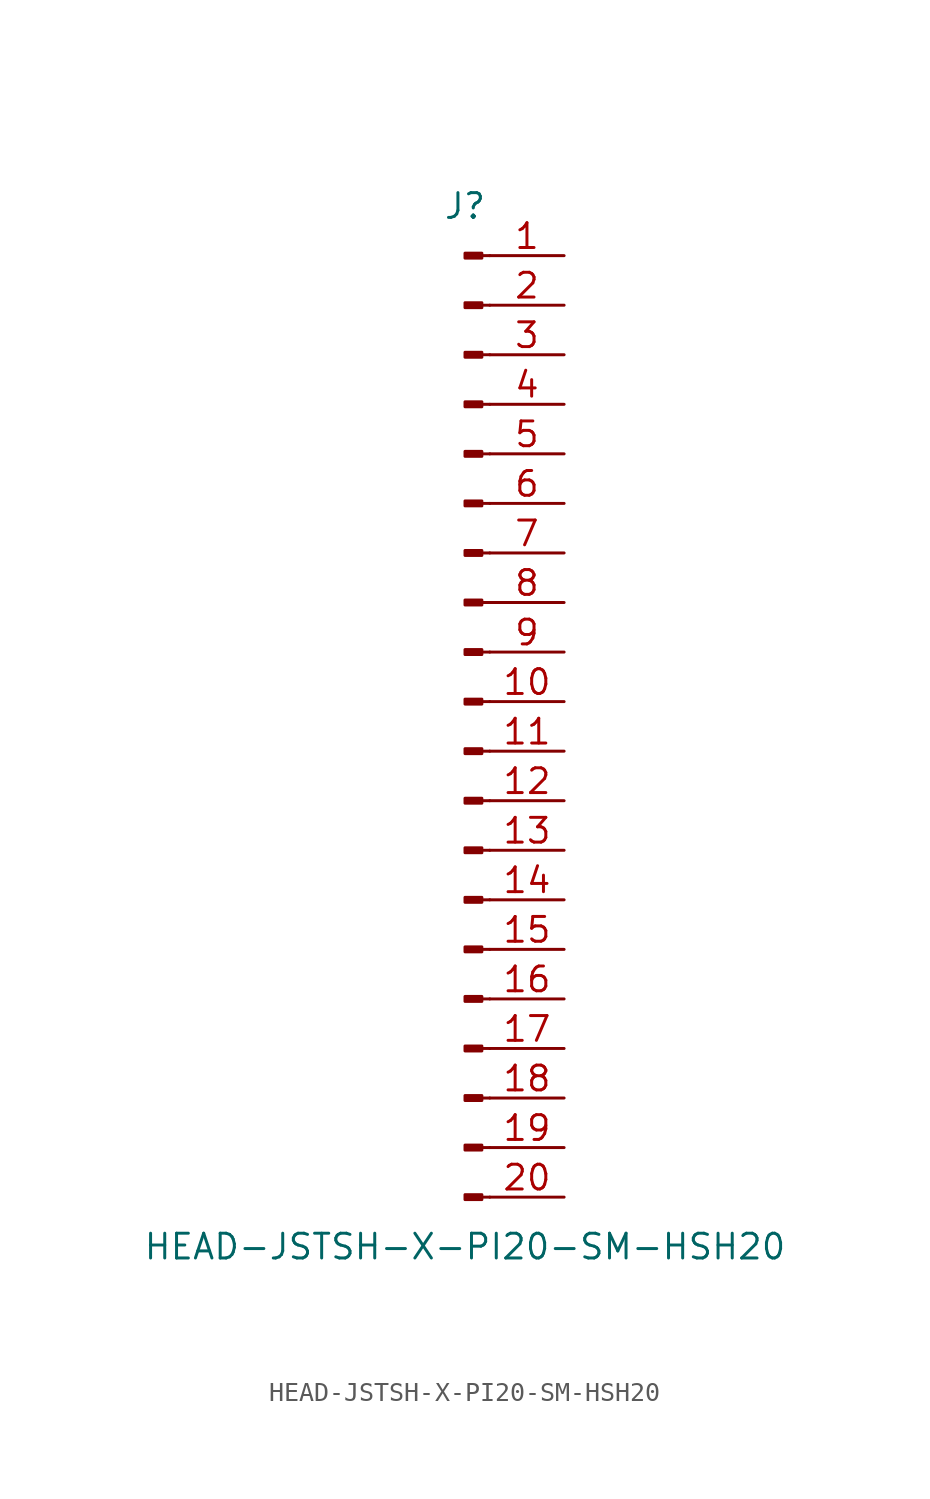
<source format=kicad_sym>
(kicad_symbol_lib
  (version 20211014)
  (generator kicad_symbol_editor)
  (symbol "HEAD-JSTSH-X-PI20-SM-HSH20"
    (pin_names
      (offset 1.016) hide)
    (property "Reference" "J"
      (at 0 25.4 0)
      (effects (font (size 1.27 1.27))))
    (property "Value" "HEAD-JSTSH-X-PI20-SM-HSH20"
      (at 0 -27.94 0)
      (effects (font (size 1.27 1.27))))
    (symbol "HEAD-JSTSH-X-PI20-SM-HSH20_1_1"
      (polyline (pts (xy 1.27 -25.4) (xy 0.864 -25.4)) (stroke (width 0.152) (type default) (color 0 0 0 0)) (fill (type none)))
      (polyline (pts (xy 1.27 -22.86) (xy 0.864 -22.86)) (stroke (width 0.152) (type default) (color 0 0 0 0)) (fill (type none)))
      (polyline (pts (xy 1.27 -20.32) (xy 0.864 -20.32)) (stroke (width 0.152) (type default) (color 0 0 0 0)) (fill (type none)))
      (polyline (pts (xy 1.27 -17.78) (xy 0.864 -17.78)) (stroke (width 0.152) (type default) (color 0 0 0 0)) (fill (type none)))
      (polyline (pts (xy 1.27 -15.24) (xy 0.864 -15.24)) (stroke (width 0.152) (type default) (color 0 0 0 0)) (fill (type none)))
      (polyline (pts (xy 1.27 -12.7) (xy 0.864 -12.7)) (stroke (width 0.152) (type default) (color 0 0 0 0)) (fill (type none)))
      (polyline (pts (xy 1.27 -10.16) (xy 0.864 -10.16)) (stroke (width 0.152) (type default) (color 0 0 0 0)) (fill (type none)))
      (polyline (pts (xy 1.27 -7.62) (xy 0.864 -7.62)) (stroke (width 0.152) (type default) (color 0 0 0 0)) (fill (type none)))
      (polyline (pts (xy 1.27 -5.08) (xy 0.864 -5.08)) (stroke (width 0.152) (type default) (color 0 0 0 0)) (fill (type none)))
      (polyline (pts (xy 1.27 -2.54) (xy 0.864 -2.54)) (stroke (width 0.152) (type default) (color 0 0 0 0)) (fill (type none)))
      (polyline (pts (xy 1.27 0) (xy 0.864 0)) (stroke (width 0.152) (type default) (color 0 0 0 0)) (fill (type none)))
      (polyline (pts (xy 1.27 2.54) (xy 0.864 2.54)) (stroke (width 0.152) (type default) (color 0 0 0 0)) (fill (type none)))
      (polyline (pts (xy 1.27 5.08) (xy 0.864 5.08)) (stroke (width 0.152) (type default) (color 0 0 0 0)) (fill (type none)))
      (polyline (pts (xy 1.27 7.62) (xy 0.864 7.62)) (stroke (width 0.152) (type default) (color 0 0 0 0)) (fill (type none)))
      (polyline (pts (xy 1.27 10.16) (xy 0.864 10.16)) (stroke (width 0.152) (type default) (color 0 0 0 0)) (fill (type none)))
      (polyline (pts (xy 1.27 12.7) (xy 0.864 12.7)) (stroke (width 0.152) (type default) (color 0 0 0 0)) (fill (type none)))
      (polyline (pts (xy 1.27 15.24) (xy 0.864 15.24)) (stroke (width 0.152) (type default) (color 0 0 0 0)) (fill (type none)))
      (polyline (pts (xy 1.27 17.78) (xy 0.864 17.78)) (stroke (width 0.152) (type default) (color 0 0 0 0)) (fill (type none)))
      (polyline (pts (xy 1.27 20.32) (xy 0.864 20.32)) (stroke (width 0.152) (type default) (color 0 0 0 0)) (fill (type none)))
      (polyline (pts (xy 1.27 22.86) (xy 0.864 22.86)) (stroke (width 0.152) (type default) (color 0 0 0 0)) (fill (type none)))
      (rectangle (start 0.864 -25.273) (end 0 -25.527) (stroke (width 0.152) (type default) (color 0 0 0 0)) (fill (type outline)))
      (rectangle (start 0.864 -22.733) (end 0 -22.987) (stroke (width 0.152) (type default) (color 0 0 0 0)) (fill (type outline)))
      (rectangle (start 0.864 -20.193) (end 0 -20.447) (stroke (width 0.152) (type default) (color 0 0 0 0)) (fill (type outline)))
      (rectangle (start 0.864 -17.653) (end 0 -17.907) (stroke (width 0.152) (type default) (color 0 0 0 0)) (fill (type outline)))
      (rectangle (start 0.864 -15.113) (end 0 -15.367) (stroke (width 0.152) (type default) (color 0 0 0 0)) (fill (type outline)))
      (rectangle (start 0.864 -12.573) (end 0 -12.827) (stroke (width 0.152) (type default) (color 0 0 0 0)) (fill (type outline)))
      (rectangle (start 0.864 -10.033) (end 0 -10.287) (stroke (width 0.152) (type default) (color 0 0 0 0)) (fill (type outline)))
      (rectangle (start 0.864 -7.493) (end 0 -7.747) (stroke (width 0.152) (type default) (color 0 0 0 0)) (fill (type outline)))
      (rectangle (start 0.864 -4.953) (end 0 -5.207) (stroke (width 0.152) (type default) (color 0 0 0 0)) (fill (type outline)))
      (rectangle (start 0.864 -2.413) (end 0 -2.667) (stroke (width 0.152) (type default) (color 0 0 0 0)) (fill (type outline)))
      (rectangle (start 0.864 0.127) (end 0 -0.127) (stroke (width 0.152) (type default) (color 0 0 0 0)) (fill (type outline)))
      (rectangle (start 0.864 2.667) (end 0 2.413) (stroke (width 0.152) (type default) (color 0 0 0 0)) (fill (type outline)))
      (rectangle (start 0.864 5.207) (end 0 4.953) (stroke (width 0.152) (type default) (color 0 0 0 0)) (fill (type outline)))
      (rectangle (start 0.864 7.747) (end 0 7.493) (stroke (width 0.152) (type default) (color 0 0 0 0)) (fill (type outline)))
      (rectangle (start 0.864 10.287) (end 0 10.033) (stroke (width 0.152) (type default) (color 0 0 0 0)) (fill (type outline)))
      (rectangle (start 0.864 12.827) (end 0 12.573) (stroke (width 0.152) (type default) (color 0 0 0 0)) (fill (type outline)))
      (rectangle (start 0.864 15.367) (end 0 15.113) (stroke (width 0.152) (type default) (color 0 0 0 0)) (fill (type outline)))
      (rectangle (start 0.864 17.907) (end 0 17.653) (stroke (width 0.152) (type default) (color 0 0 0 0)) (fill (type outline)))
      (rectangle (start 0.864 20.447) (end 0 20.193) (stroke (width 0.152) (type default) (color 0 0 0 0)) (fill (type outline)))
      (rectangle (start 0.864 22.987) (end 0 22.733) (stroke (width 0.152) (type default) (color 0 0 0 0)) (fill (type outline)))
      (pin passive line (at 5.08 22.86 180) (length 3.81) (name "Pin_1" (effects (font (size 1.27 1.27)))) (number "1" (effects (font (size 1.27 1.27)))))
      (pin passive line (at 5.08 0 180) (length 3.81) (name "Pin_10" (effects (font (size 1.27 1.27)))) (number "10" (effects (font (size 1.27 1.27)))))
      (pin passive line (at 5.08 -2.54 180) (length 3.81) (name "Pin_11" (effects (font (size 1.27 1.27)))) (number "11" (effects (font (size 1.27 1.27)))))
      (pin passive line (at 5.08 -5.08 180) (length 3.81) (name "Pin_12" (effects (font (size 1.27 1.27)))) (number "12" (effects (font (size 1.27 1.27)))))
      (pin passive line (at 5.08 -7.62 180) (length 3.81) (name "Pin_13" (effects (font (size 1.27 1.27)))) (number "13" (effects (font (size 1.27 1.27)))))
      (pin passive line (at 5.08 -10.16 180) (length 3.81) (name "Pin_14" (effects (font (size 1.27 1.27)))) (number "14" (effects (font (size 1.27 1.27)))))
      (pin passive line (at 5.08 -12.7 180) (length 3.81) (name "Pin_15" (effects (font (size 1.27 1.27)))) (number "15" (effects (font (size 1.27 1.27)))))
      (pin passive line (at 5.08 -15.24 180) (length 3.81) (name "Pin_16" (effects (font (size 1.27 1.27)))) (number "16" (effects (font (size 1.27 1.27)))))
      (pin passive line (at 5.08 -17.78 180) (length 3.81) (name "Pin_17" (effects (font (size 1.27 1.27)))) (number "17" (effects (font (size 1.27 1.27)))))
      (pin passive line (at 5.08 -20.32 180) (length 3.81) (name "Pin_18" (effects (font (size 1.27 1.27)))) (number "18" (effects (font (size 1.27 1.27)))))
      (pin passive line (at 5.08 -22.86 180) (length 3.81) (name "Pin_19" (effects (font (size 1.27 1.27)))) (number "19" (effects (font (size 1.27 1.27)))))
      (pin passive line (at 5.08 20.32 180) (length 3.81) (name "Pin_2" (effects (font (size 1.27 1.27)))) (number "2" (effects (font (size 1.27 1.27)))))
      (pin passive line (at 5.08 -25.4 180) (length 3.81) (name "Pin_20" (effects (font (size 1.27 1.27)))) (number "20" (effects (font (size 1.27 1.27)))))
      (pin passive line (at 5.08 17.78 180) (length 3.81) (name "Pin_3" (effects (font (size 1.27 1.27)))) (number "3" (effects (font (size 1.27 1.27)))))
      (pin passive line (at 5.08 15.24 180) (length 3.81) (name "Pin_4" (effects (font (size 1.27 1.27)))) (number "4" (effects (font (size 1.27 1.27)))))
      (pin passive line (at 5.08 12.7 180) (length 3.81) (name "Pin_5" (effects (font (size 1.27 1.27)))) (number "5" (effects (font (size 1.27 1.27)))))
      (pin passive line (at 5.08 10.16 180) (length 3.81) (name "Pin_6" (effects (font (size 1.27 1.27)))) (number "6" (effects (font (size 1.27 1.27)))))
      (pin passive line (at 5.08 7.62 180) (length 3.81) (name "Pin_7" (effects (font (size 1.27 1.27)))) (number "7" (effects (font (size 1.27 1.27)))))
      (pin passive line (at 5.08 5.08 180) (length 3.81) (name "Pin_8" (effects (font (size 1.27 1.27)))) (number "8" (effects (font (size 1.27 1.27)))))
      (pin passive line (at 5.08 2.54 180) (length 3.81) (name "Pin_9" (effects (font (size 1.27 1.27)))) (number "9" (effects (font (size 1.27 1.27))))))))
</source>
